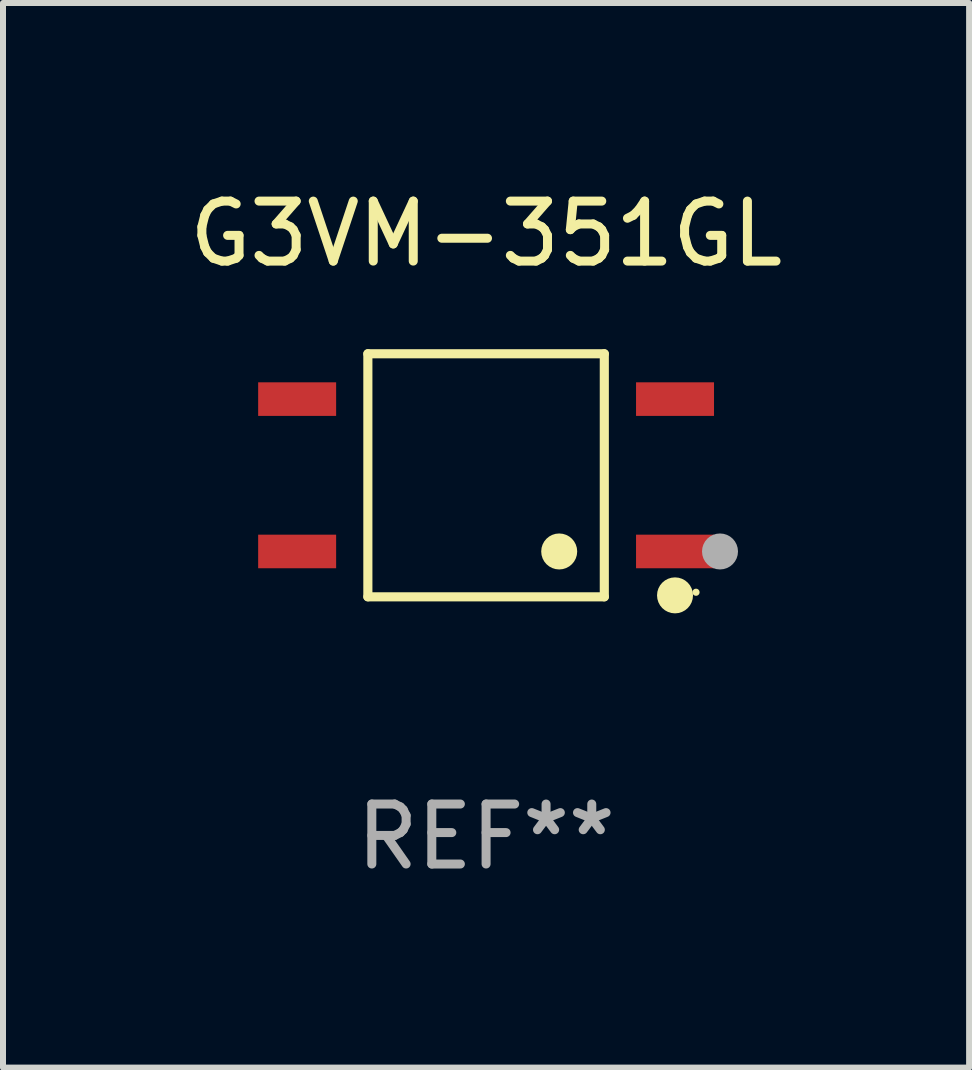
<source format=kicad_pcb>
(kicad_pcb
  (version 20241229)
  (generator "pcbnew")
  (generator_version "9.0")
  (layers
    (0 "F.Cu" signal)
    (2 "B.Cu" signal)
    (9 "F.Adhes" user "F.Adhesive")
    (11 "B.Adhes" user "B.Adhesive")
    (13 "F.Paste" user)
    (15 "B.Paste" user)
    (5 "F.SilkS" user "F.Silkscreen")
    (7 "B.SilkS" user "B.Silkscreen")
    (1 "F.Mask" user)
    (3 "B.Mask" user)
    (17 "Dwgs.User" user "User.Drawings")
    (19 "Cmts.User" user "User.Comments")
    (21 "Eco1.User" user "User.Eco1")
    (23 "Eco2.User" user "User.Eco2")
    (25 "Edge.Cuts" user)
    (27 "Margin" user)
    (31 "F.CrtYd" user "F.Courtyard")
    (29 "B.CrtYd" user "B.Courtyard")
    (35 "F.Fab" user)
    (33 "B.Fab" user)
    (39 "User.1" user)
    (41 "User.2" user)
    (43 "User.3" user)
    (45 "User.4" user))
  (footprint "G3VM-351GL"
    (layer "F.Cu")
    (at 5.054 4.874)
    (property "Reference" "G3VM-351GL" (at 0 -4.026 0) (layer "F.SilkS") (effects (font (size 1 1) (thickness 0.15))))
    (attr through_hole)
    (fp_line (start -1.971 -2.026) (end 1.971 -2.026) (stroke (width 0.152) (type solid)) (layer "F.SilkS"))
    (fp_line (start -1.971 2.026) (end -1.971 -2.026) (stroke (width 0.152) (type solid)) (layer "F.SilkS"))
    (fp_line (start 1.971 -2.026) (end 1.971 2.026) (stroke (width 0.152) (type solid)) (layer "F.SilkS"))
    (fp_line (start 1.971 2.026) (end -1.971 2.026) (stroke (width 0.152) (type solid)) (layer "F.SilkS"))
    (fp_circle (center 1.219 1.27) (end 1.369 1.27) (stroke (width 0.3) (type solid)) (fill no) (layer "F.SilkS"))
    (fp_circle (center 3.15 2.002) (end 3.3 2.002) (stroke (width 0.3) (type solid)) (fill no) (layer "F.SilkS"))
    (fp_circle (center 3.5 1.95) (end 3.53 1.95) (stroke (width 0.06) (type solid)) (fill no) (layer "F.SilkS"))
    (fp_circle (center 3.9 1.27) (end 4.05 1.27) (stroke (width 0.3) (type solid)) (fill no) (layer "F.Fab"))
    (fp_text user "REF**" (at 0 6.026 0) (layer "F.Fab") (effects (font (size 1 1) (thickness 0.15))))
    (pad "1" smd rect (at 3.15 1.27 90) (size 0.56 1.3) (layers "F.Cu" "F.Mask" "F.Paste"))
    (pad "2" smd rect (at 3.15 -1.27 90) (size 0.56 1.3) (layers "F.Cu" "F.Mask" "F.Paste"))
    (pad "3" smd rect (at -3.15 -1.27 90) (size 0.56 1.3) (layers "F.Cu" "F.Mask" "F.Paste"))
    (pad "4" smd rect (at -3.15 1.27 90) (size 0.56 1.3) (layers "F.Cu" "F.Mask" "F.Paste")))
  (gr_rect
    (start -3 -3)
    (end 13.107 14.749)
    (stroke (width 0.1) (type default))
    (fill no)
    (layer "Edge.Cuts")))
</source>
